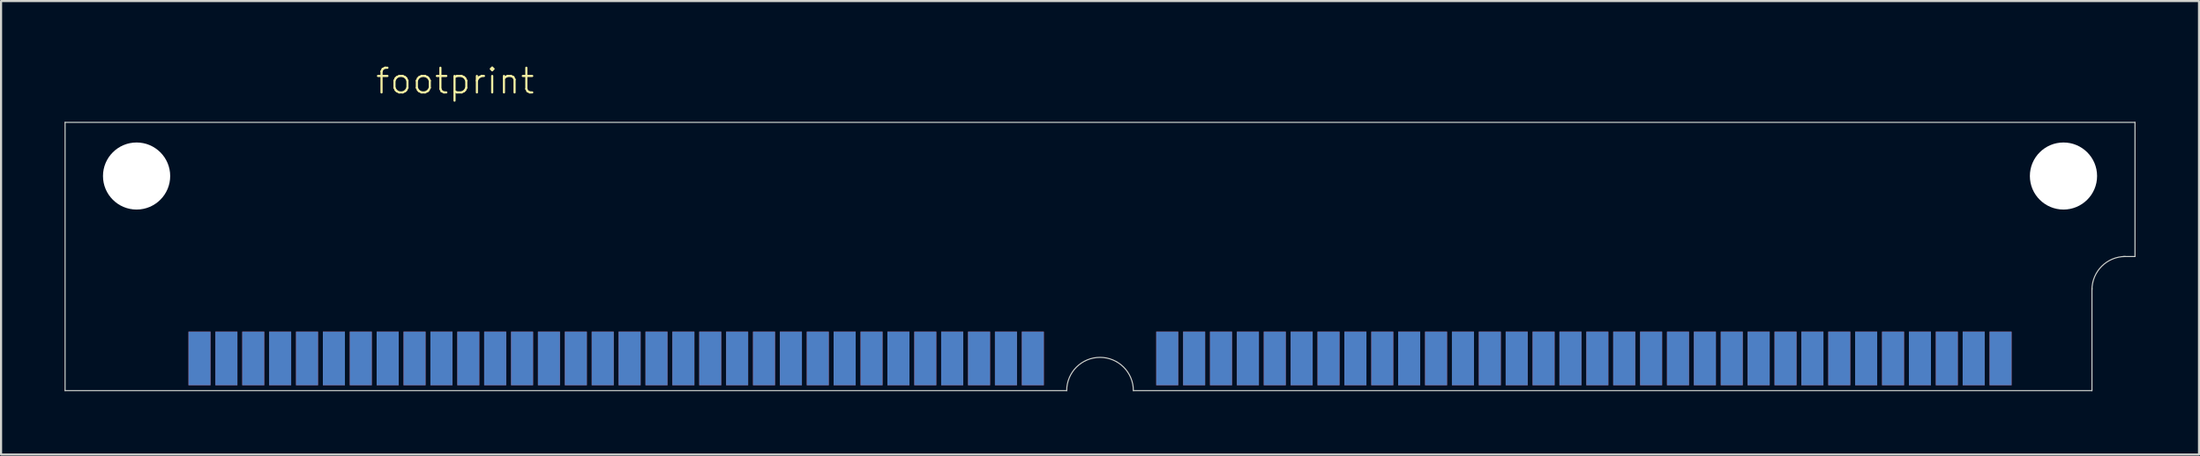
<source format=kicad_pcb>
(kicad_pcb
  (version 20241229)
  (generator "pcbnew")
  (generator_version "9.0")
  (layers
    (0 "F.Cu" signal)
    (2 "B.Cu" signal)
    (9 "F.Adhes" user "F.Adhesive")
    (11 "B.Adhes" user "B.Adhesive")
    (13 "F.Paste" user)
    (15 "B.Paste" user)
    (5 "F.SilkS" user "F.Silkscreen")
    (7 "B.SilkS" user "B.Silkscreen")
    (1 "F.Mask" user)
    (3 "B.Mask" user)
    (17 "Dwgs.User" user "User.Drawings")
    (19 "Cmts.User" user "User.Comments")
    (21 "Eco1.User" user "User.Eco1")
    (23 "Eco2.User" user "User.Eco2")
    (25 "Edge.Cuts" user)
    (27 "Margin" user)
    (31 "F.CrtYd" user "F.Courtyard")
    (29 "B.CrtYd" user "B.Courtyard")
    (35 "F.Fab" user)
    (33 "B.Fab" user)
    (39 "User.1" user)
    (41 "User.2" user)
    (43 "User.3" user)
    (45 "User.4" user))
  (footprint "footprint"
    (layer "F.Cu")
    (at 48.92 5.283)
    (property "Reference" "footprint" (at -34.29 -3.81 0) (layer "F.SilkS") (effects (font (size 1.168 1.168) (thickness 0.102)) (justify left bottom)))
    (fp_line (start -48.895 -2.54) (end -48.895 10.16) (stroke (width 0.05) (type solid)) (layer "Edge.Cuts"))
    (fp_line (start -48.895 10.16) (end -1.575 10.16) (stroke (width 0.05) (type solid)) (layer "Edge.Cuts"))
    (fp_line (start 1.575 10.16) (end 46.863 10.16) (stroke (width 0.05) (type solid)) (layer "Edge.Cuts"))
    (fp_line (start 46.863 10.16) (end 46.863 5.309) (stroke (width 0.05) (type solid)) (layer "Edge.Cuts"))
    (fp_line (start 48.895 -2.54) (end -48.895 -2.54) (stroke (width 0.05) (type solid)) (layer "Edge.Cuts"))
    (fp_line (start 48.895 3.81) (end 48.336 3.81) (stroke (width 0.05) (type solid)) (layer "Edge.Cuts"))
    (fp_line (start 48.895 3.81) (end 48.895 -2.54) (stroke (width 0.05) (type solid)) (layer "Edge.Cuts"))
    (fp_arc (start -1.5748 10.16) (mid 0 8.5852) (end 1.5748 10.16) (stroke (width 0.05) (type solid)) (layer "Edge.Cuts"))
    (fp_arc (start 46.863 5.3848) (mid 47.324248 4.271248) (end 48.4378 3.81) (stroke (width 0.05) (type solid)) (layer "Edge.Cuts"))
    (pad "" np_thru_hole circle (at -45.517 0) (size 3.175 3.175) (drill 3.175) (layers "*.Cu" "*.Mask"))
    (pad "" np_thru_hole circle (at 45.517 0) (size 3.175 3.175) (drill 3.175) (layers "*.Cu" "*.Mask"))
    (pad "1" smd rect (at 42.545 8.636) (size 1.041 2.54) (layers "F.Cu" "F.Mask" "F.Paste"))
    (pad "2" smd rect (at 41.275 8.636) (size 1.041 2.54) (layers "F.Cu" "F.Mask" "F.Paste"))
    (pad "3" smd rect (at 40.005 8.636) (size 1.041 2.54) (layers "F.Cu" "F.Mask" "F.Paste"))
    (pad "4" smd rect (at 38.735 8.636) (size 1.041 2.54) (layers "F.Cu" "F.Mask" "F.Paste"))
    (pad "5" smd rect (at 37.465 8.636) (size 1.041 2.54) (layers "F.Cu" "F.Mask" "F.Paste"))
    (pad "6" smd rect (at 36.195 8.636) (size 1.041 2.54) (layers "F.Cu" "F.Mask" "F.Paste"))
    (pad "7" smd rect (at 34.925 8.636) (size 1.041 2.54) (layers "F.Cu" "F.Mask" "F.Paste"))
    (pad "8" smd rect (at 33.655 8.636) (size 1.041 2.54) (layers "F.Cu" "F.Mask" "F.Paste"))
    (pad "9" smd rect (at 32.385 8.636) (size 1.041 2.54) (layers "F.Cu" "F.Mask" "F.Paste"))
    (pad "10" smd rect (at 31.115 8.636) (size 1.041 2.54) (layers "F.Cu" "F.Mask" "F.Paste"))
    (pad "11" smd rect (at 29.845 8.636) (size 1.041 2.54) (layers "F.Cu" "F.Mask" "F.Paste"))
    (pad "12" smd rect (at 28.575 8.636) (size 1.041 2.54) (layers "F.Cu" "F.Mask" "F.Paste"))
    (pad "13" smd rect (at 27.305 8.636) (size 1.041 2.54) (layers "F.Cu" "F.Mask" "F.Paste"))
    (pad "14" smd rect (at 26.035 8.636) (size 1.041 2.54) (layers "F.Cu" "F.Mask" "F.Paste"))
    (pad "15" smd rect (at 24.765 8.636) (size 1.041 2.54) (layers "F.Cu" "F.Mask" "F.Paste"))
    (pad "16" smd rect (at 23.495 8.636) (size 1.041 2.54) (layers "F.Cu" "F.Mask" "F.Paste"))
    (pad "17" smd rect (at 22.225 8.636) (size 1.041 2.54) (layers "F.Cu" "F.Mask" "F.Paste"))
    (pad "18" smd rect (at 20.955 8.636) (size 1.041 2.54) (layers "F.Cu" "F.Mask" "F.Paste"))
    (pad "19" smd rect (at 19.685 8.636) (size 1.041 2.54) (layers "F.Cu" "F.Mask" "F.Paste"))
    (pad "20" smd rect (at 18.415 8.636) (size 1.041 2.54) (layers "F.Cu" "F.Mask" "F.Paste"))
    (pad "21" smd rect (at 17.145 8.636) (size 1.041 2.54) (layers "F.Cu" "F.Mask" "F.Paste"))
    (pad "22" smd rect (at 15.875 8.636) (size 1.041 2.54) (layers "F.Cu" "F.Mask" "F.Paste"))
    (pad "23" smd rect (at 14.605 8.636) (size 1.041 2.54) (layers "F.Cu" "F.Mask" "F.Paste"))
    (pad "24" smd rect (at 13.335 8.636) (size 1.041 2.54) (layers "F.Cu" "F.Mask" "F.Paste"))
    (pad "25" smd rect (at 12.065 8.636) (size 1.041 2.54) (layers "F.Cu" "F.Mask" "F.Paste"))
    (pad "26" smd rect (at 10.795 8.636) (size 1.041 2.54) (layers "F.Cu" "F.Mask" "F.Paste"))
    (pad "27" smd rect (at 9.525 8.636) (size 1.041 2.54) (layers "F.Cu" "F.Mask" "F.Paste"))
    (pad "28" smd rect (at 8.255 8.636) (size 1.041 2.54) (layers "F.Cu" "F.Mask" "F.Paste"))
    (pad "29" smd rect (at 6.985 8.636) (size 1.041 2.54) (layers "F.Cu" "F.Mask" "F.Paste"))
    (pad "30" smd rect (at 5.715 8.636) (size 1.041 2.54) (layers "F.Cu" "F.Mask" "F.Paste"))
    (pad "31" smd rect (at 4.445 8.636) (size 1.041 2.54) (layers "F.Cu" "F.Mask" "F.Paste"))
    (pad "32" smd rect (at 3.175 8.636) (size 1.041 2.54) (layers "F.Cu" "F.Mask" "F.Paste"))
    (pad "33" smd rect (at -3.175 8.636) (size 1.041 2.54) (layers "F.Cu" "F.Mask" "F.Paste"))
    (pad "34" smd rect (at -4.445 8.636) (size 1.041 2.54) (layers "F.Cu" "F.Mask" "F.Paste"))
    (pad "35" smd rect (at -5.715 8.636) (size 1.041 2.54) (layers "F.Cu" "F.Mask" "F.Paste"))
    (pad "36" smd rect (at -6.985 8.636) (size 1.041 2.54) (layers "F.Cu" "F.Mask" "F.Paste"))
    (pad "37" smd rect (at -8.255 8.636) (size 1.041 2.54) (layers "F.Cu" "F.Mask" "F.Paste"))
    (pad "38" smd rect (at -9.525 8.636) (size 1.041 2.54) (layers "F.Cu" "F.Mask" "F.Paste"))
    (pad "39" smd rect (at -10.795 8.636) (size 1.041 2.54) (layers "F.Cu" "F.Mask" "F.Paste"))
    (pad "40" smd rect (at -12.065 8.636) (size 1.041 2.54) (layers "F.Cu" "F.Mask" "F.Paste"))
    (pad "41" smd rect (at -13.335 8.636) (size 1.041 2.54) (layers "F.Cu" "F.Mask" "F.Paste"))
    (pad "42" smd rect (at -14.605 8.636) (size 1.041 2.54) (layers "F.Cu" "F.Mask" "F.Paste"))
    (pad "43" smd rect (at -15.875 8.636) (size 1.041 2.54) (layers "F.Cu" "F.Mask" "F.Paste"))
    (pad "44" smd rect (at -17.145 8.636) (size 1.041 2.54) (layers "F.Cu" "F.Mask" "F.Paste"))
    (pad "45" smd rect (at -18.415 8.636) (size 1.041 2.54) (layers "F.Cu" "F.Mask" "F.Paste"))
    (pad "46" smd rect (at -19.685 8.636) (size 1.041 2.54) (layers "F.Cu" "F.Mask" "F.Paste"))
    (pad "47" smd rect (at -20.955 8.636) (size 1.041 2.54) (layers "F.Cu" "F.Mask" "F.Paste"))
    (pad "48" smd rect (at -22.225 8.636) (size 1.041 2.54) (layers "F.Cu" "F.Mask" "F.Paste"))
    (pad "49" smd rect (at -23.495 8.636) (size 1.041 2.54) (layers "F.Cu" "F.Mask" "F.Paste"))
    (pad "50" smd rect (at -24.765 8.636) (size 1.041 2.54) (layers "F.Cu" "F.Mask" "F.Paste"))
    (pad "51" smd rect (at -26.035 8.636) (size 1.041 2.54) (layers "F.Cu" "F.Mask" "F.Paste"))
    (pad "52" smd rect (at -27.305 8.636) (size 1.041 2.54) (layers "F.Cu" "F.Mask" "F.Paste"))
    (pad "53" smd rect (at -28.575 8.636) (size 1.041 2.54) (layers "F.Cu" "F.Mask" "F.Paste"))
    (pad "54" smd rect (at -29.845 8.636) (size 1.041 2.54) (layers "F.Cu" "F.Mask" "F.Paste"))
    (pad "55" smd rect (at -31.115 8.636) (size 1.041 2.54) (layers "F.Cu" "F.Mask" "F.Paste"))
    (pad "56" smd rect (at -32.385 8.636) (size 1.041 2.54) (layers "F.Cu" "F.Mask" "F.Paste"))
    (pad "57" smd rect (at -33.655 8.636) (size 1.041 2.54) (layers "F.Cu" "F.Mask" "F.Paste"))
    (pad "58" smd rect (at -34.925 8.636) (size 1.041 2.54) (layers "F.Cu" "F.Mask" "F.Paste"))
    (pad "59" smd rect (at -36.195 8.636) (size 1.041 2.54) (layers "F.Cu" "F.Mask" "F.Paste"))
    (pad "60" smd rect (at -37.465 8.636) (size 1.041 2.54) (layers "F.Cu" "F.Mask" "F.Paste"))
    (pad "61" smd rect (at -38.735 8.636) (size 1.041 2.54) (layers "F.Cu" "F.Mask" "F.Paste"))
    (pad "62" smd rect (at -40.005 8.636) (size 1.041 2.54) (layers "F.Cu" "F.Mask" "F.Paste"))
    (pad "63" smd rect (at -41.275 8.636) (size 1.041 2.54) (layers "F.Cu" "F.Mask" "F.Paste"))
    (pad "64" smd rect (at -42.545 8.636) (size 1.041 2.54) (layers "F.Cu" "F.Mask" "F.Paste"))
    (pad "65" smd rect (at 42.545 8.636) (size 1.041 2.54) (layers "B.Cu" "B.Mask" "B.Paste"))
    (pad "66" smd rect (at 41.275 8.636) (size 1.041 2.54) (layers "B.Cu" "B.Mask" "B.Paste"))
    (pad "67" smd rect (at 40.005 8.636) (size 1.041 2.54) (layers "B.Cu" "B.Mask" "B.Paste"))
    (pad "68" smd rect (at 38.735 8.636) (size 1.041 2.54) (layers "B.Cu" "B.Mask" "B.Paste"))
    (pad "69" smd rect (at 37.465 8.636) (size 1.041 2.54) (layers "B.Cu" "B.Mask" "B.Paste"))
    (pad "70" smd rect (at 36.195 8.636) (size 1.041 2.54) (layers "B.Cu" "B.Mask" "B.Paste"))
    (pad "71" smd rect (at 34.925 8.636) (size 1.041 2.54) (layers "B.Cu" "B.Mask" "B.Paste"))
    (pad "72" smd rect (at 33.655 8.636) (size 1.041 2.54) (layers "B.Cu" "B.Mask" "B.Paste"))
    (pad "73" smd rect (at 32.385 8.636) (size 1.041 2.54) (layers "B.Cu" "B.Mask" "B.Paste"))
    (pad "74" smd rect (at 31.115 8.636) (size 1.041 2.54) (layers "B.Cu" "B.Mask" "B.Paste"))
    (pad "75" smd rect (at 29.845 8.636) (size 1.041 2.54) (layers "B.Cu" "B.Mask" "B.Paste"))
    (pad "76" smd rect (at 28.575 8.636) (size 1.041 2.54) (layers "B.Cu" "B.Mask" "B.Paste"))
    (pad "77" smd rect (at 27.305 8.636) (size 1.041 2.54) (layers "B.Cu" "B.Mask" "B.Paste"))
    (pad "78" smd rect (at 26.035 8.636) (size 1.041 2.54) (layers "B.Cu" "B.Mask" "B.Paste"))
    (pad "79" smd rect (at 24.765 8.636) (size 1.041 2.54) (layers "B.Cu" "B.Mask" "B.Paste"))
    (pad "80" smd rect (at 23.495 8.636) (size 1.041 2.54) (layers "B.Cu" "B.Mask" "B.Paste"))
    (pad "81" smd rect (at 22.225 8.636) (size 1.041 2.54) (layers "B.Cu" "B.Mask" "B.Paste"))
    (pad "82" smd rect (at 20.955 8.636) (size 1.041 2.54) (layers "B.Cu" "B.Mask" "B.Paste"))
    (pad "83" smd rect (at 19.685 8.636) (size 1.041 2.54) (layers "B.Cu" "B.Mask" "B.Paste"))
    (pad "84" smd rect (at 18.415 8.636) (size 1.041 2.54) (layers "B.Cu" "B.Mask" "B.Paste"))
    (pad "85" smd rect (at 17.145 8.636) (size 1.041 2.54) (layers "B.Cu" "B.Mask" "B.Paste"))
    (pad "86" smd rect (at 15.875 8.636) (size 1.041 2.54) (layers "B.Cu" "B.Mask" "B.Paste"))
    (pad "87" smd rect (at 14.605 8.636) (size 1.041 2.54) (layers "B.Cu" "B.Mask" "B.Paste"))
    (pad "88" smd rect (at 13.335 8.636) (size 1.041 2.54) (layers "B.Cu" "B.Mask" "B.Paste"))
    (pad "89" smd rect (at 12.065 8.636) (size 1.041 2.54) (layers "B.Cu" "B.Mask" "B.Paste"))
    (pad "90" smd rect (at 10.795 8.636) (size 1.041 2.54) (layers "B.Cu" "B.Mask" "B.Paste"))
    (pad "91" smd rect (at 9.525 8.636) (size 1.041 2.54) (layers "B.Cu" "B.Mask" "B.Paste"))
    (pad "92" smd rect (at 8.255 8.636) (size 1.041 2.54) (layers "B.Cu" "B.Mask" "B.Paste"))
    (pad "93" smd rect (at 6.985 8.636) (size 1.041 2.54) (layers "B.Cu" "B.Mask" "B.Paste"))
    (pad "94" smd rect (at 5.715 8.636) (size 1.041 2.54) (layers "B.Cu" "B.Mask" "B.Paste"))
    (pad "95" smd rect (at 4.445 8.636) (size 1.041 2.54) (layers "B.Cu" "B.Mask" "B.Paste"))
    (pad "96" smd rect (at 3.175 8.636) (size 1.041 2.54) (layers "B.Cu" "B.Mask" "B.Paste"))
    (pad "97" smd rect (at -3.175 8.636) (size 1.041 2.54) (layers "B.Cu" "B.Mask" "B.Paste"))
    (pad "98" smd rect (at -4.445 8.636) (size 1.041 2.54) (layers "B.Cu" "B.Mask" "B.Paste"))
    (pad "99" smd rect (at -5.715 8.636) (size 1.041 2.54) (layers "B.Cu" "B.Mask" "B.Paste"))
    (pad "100" smd rect (at -6.985 8.636) (size 1.041 2.54) (layers "B.Cu" "B.Mask" "B.Paste"))
    (pad "101" smd rect (at -8.255 8.636) (size 1.041 2.54) (layers "B.Cu" "B.Mask" "B.Paste"))
    (pad "102" smd rect (at -9.525 8.636) (size 1.041 2.54) (layers "B.Cu" "B.Mask" "B.Paste"))
    (pad "103" smd rect (at -10.795 8.636) (size 1.041 2.54) (layers "B.Cu" "B.Mask" "B.Paste"))
    (pad "104" smd rect (at -12.065 8.636) (size 1.041 2.54) (layers "B.Cu" "B.Mask" "B.Paste"))
    (pad "105" smd rect (at -13.335 8.636) (size 1.041 2.54) (layers "B.Cu" "B.Mask" "B.Paste"))
    (pad "106" smd rect (at -14.605 8.636) (size 1.041 2.54) (layers "B.Cu" "B.Mask" "B.Paste"))
    (pad "107" smd rect (at -15.875 8.636) (size 1.041 2.54) (layers "B.Cu" "B.Mask" "B.Paste"))
    (pad "108" smd rect (at -17.145 8.636) (size 1.041 2.54) (layers "B.Cu" "B.Mask" "B.Paste"))
    (pad "109" smd rect (at -18.415 8.636) (size 1.041 2.54) (layers "B.Cu" "B.Mask" "B.Paste"))
    (pad "110" smd rect (at -19.685 8.636) (size 1.041 2.54) (layers "B.Cu" "B.Mask" "B.Paste"))
    (pad "111" smd rect (at -20.955 8.636) (size 1.041 2.54) (layers "B.Cu" "B.Mask" "B.Paste"))
    (pad "112" smd rect (at -22.225 8.636) (size 1.041 2.54) (layers "B.Cu" "B.Mask" "B.Paste"))
    (pad "113" smd rect (at -23.495 8.636) (size 1.041 2.54) (layers "B.Cu" "B.Mask" "B.Paste"))
    (pad "114" smd rect (at -24.765 8.636) (size 1.041 2.54) (layers "B.Cu" "B.Mask" "B.Paste"))
    (pad "115" smd rect (at -26.035 8.636) (size 1.041 2.54) (layers "B.Cu" "B.Mask" "B.Paste"))
    (pad "116" smd rect (at -27.305 8.636) (size 1.041 2.54) (layers "B.Cu" "B.Mask" "B.Paste"))
    (pad "117" smd rect (at -28.575 8.636) (size 1.041 2.54) (layers "B.Cu" "B.Mask" "B.Paste"))
    (pad "118" smd rect (at -29.845 8.636) (size 1.041 2.54) (layers "B.Cu" "B.Mask" "B.Paste"))
    (pad "119" smd rect (at -31.115 8.636) (size 1.041 2.54) (layers "B.Cu" "B.Mask" "B.Paste"))
    (pad "120" smd rect (at -32.385 8.636) (size 1.041 2.54) (layers "B.Cu" "B.Mask" "B.Paste"))
    (pad "121" smd rect (at -33.655 8.636) (size 1.041 2.54) (layers "B.Cu" "B.Mask" "B.Paste"))
    (pad "122" smd rect (at -34.925 8.636) (size 1.041 2.54) (layers "B.Cu" "B.Mask" "B.Paste"))
    (pad "123" smd rect (at -36.195 8.636) (size 1.041 2.54) (layers "B.Cu" "B.Mask" "B.Paste"))
    (pad "124" smd rect (at -37.465 8.636) (size 1.041 2.54) (layers "B.Cu" "B.Mask" "B.Paste"))
    (pad "125" smd rect (at -38.735 8.636) (size 1.041 2.54) (layers "B.Cu" "B.Mask" "B.Paste"))
    (pad "126" smd rect (at -40.005 8.636) (size 1.041 2.54) (layers "B.Cu" "B.Mask" "B.Paste"))
    (pad "127" smd rect (at -41.275 8.636) (size 1.041 2.54) (layers "B.Cu" "B.Mask" "B.Paste"))
    (pad "128" smd rect (at -42.545 8.636) (size 1.041 2.54) (layers "B.Cu" "B.Mask" "B.Paste")))
  (gr_rect
    (start -3 -3)
    (end 100.84 18.468)
    (stroke (width 0.1) (type default))
    (fill no)
    (layer "Edge.Cuts")))
</source>
